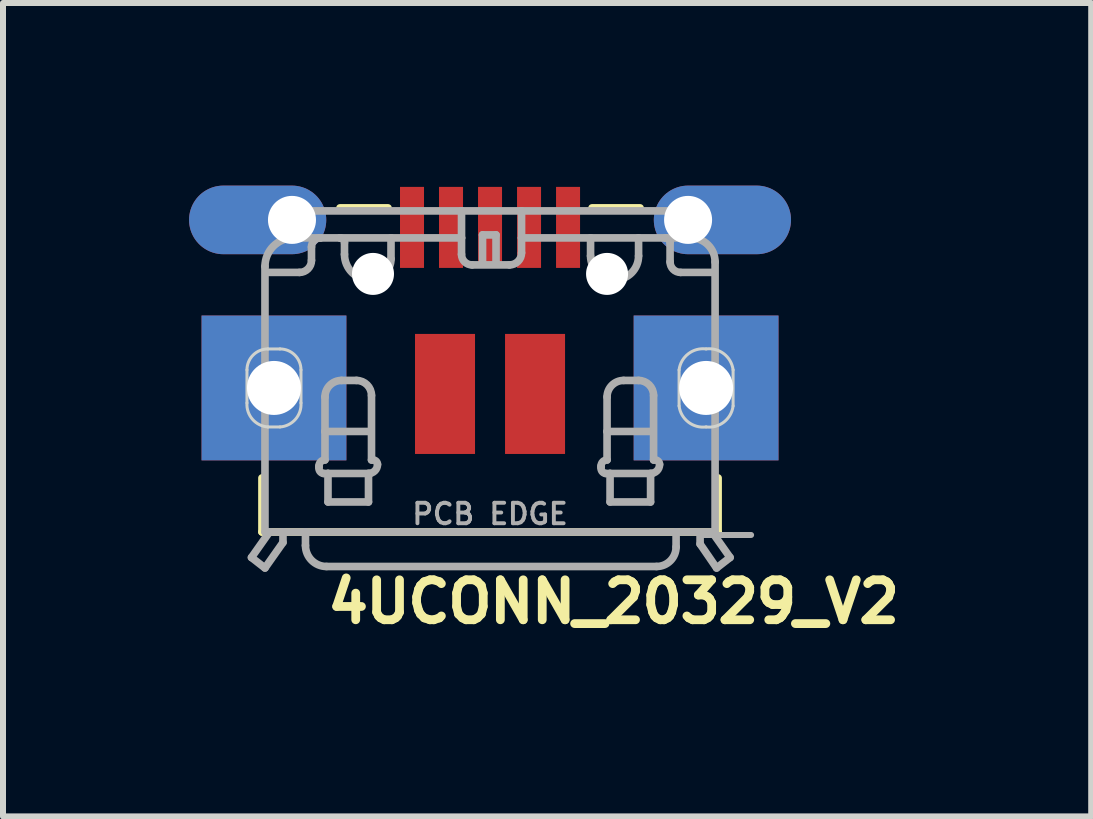
<source format=kicad_pcb>
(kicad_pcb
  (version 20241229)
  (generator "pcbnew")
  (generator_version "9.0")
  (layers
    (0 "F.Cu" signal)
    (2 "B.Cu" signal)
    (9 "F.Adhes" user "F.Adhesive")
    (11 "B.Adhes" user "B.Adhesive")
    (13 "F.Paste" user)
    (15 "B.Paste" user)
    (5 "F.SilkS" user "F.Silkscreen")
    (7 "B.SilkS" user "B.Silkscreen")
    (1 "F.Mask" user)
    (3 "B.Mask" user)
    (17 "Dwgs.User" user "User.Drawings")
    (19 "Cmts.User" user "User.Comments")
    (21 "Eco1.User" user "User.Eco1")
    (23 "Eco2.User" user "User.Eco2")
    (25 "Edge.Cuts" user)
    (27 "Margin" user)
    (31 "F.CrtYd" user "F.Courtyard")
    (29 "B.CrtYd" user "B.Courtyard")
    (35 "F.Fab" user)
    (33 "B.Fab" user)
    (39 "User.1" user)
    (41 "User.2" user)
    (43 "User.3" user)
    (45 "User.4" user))
  (footprint "4UCONN_20329_V2"
    (layer "F.Cu")
    (at 5.115 1.514)
    (property "Reference" "4UCONN_20329_V2" (at -2.778 5.852 0) (unlocked yes) (layer "F.SilkS") (effects (font (size 0.666 0.666) (thickness 0.146)) (justify left bottom)))
    (fp_poly (pts (xy -1.55 -0.05) (xy -1.05 -0.05) (xy -1.05 -1.5) (xy -1.55 -1.5)) (stroke (width 0) (type default)) (fill yes) (layer "F.Mask"))
    (fp_poly (pts (xy -0.9 -0.05) (xy -0.4 -0.05) (xy -0.4 -1.5) (xy -0.9 -1.5)) (stroke (width 0) (type default)) (fill yes) (layer "F.Mask"))
    (fp_poly (pts (xy -0.25 -0.05) (xy 0.25 -0.05) (xy 0.25 -1.5) (xy -0.25 -1.5)) (stroke (width 0) (type default)) (fill yes) (layer "F.Mask"))
    (fp_poly (pts (xy 0.4 -0.05) (xy 0.9 -0.05) (xy 0.9 -1.5) (xy 0.4 -1.5)) (stroke (width 0) (type default)) (fill yes) (layer "F.Mask"))
    (fp_poly (pts (xy 1.05 -0.05) (xy 1.55 -0.05) (xy 1.55 -1.5) (xy 1.05 -1.5)) (stroke (width 0) (type default)) (fill yes) (layer "F.Mask"))
    (fp_line (start -3.8 3.4) (end -3.8 4.3) (stroke (width 0.127) (type solid)) (layer "F.SilkS"))
    (fp_line (start -3.8 4.3) (end 3.8 4.3) (stroke (width 0.127) (type solid)) (layer "F.SilkS"))
    (fp_line (start -2.5 -1.1) (end -1.7 -1.1) (stroke (width 0.127) (type solid)) (layer "F.SilkS"))
    (fp_line (start 1.7 -1.1) (end 2.5 -1.1) (stroke (width 0.127) (type solid)) (layer "F.SilkS"))
    (fp_line (start 3.8 4.3) (end 3.8 3.4) (stroke (width 0.127) (type solid)) (layer "F.SilkS"))
    (fp_poly (pts (xy -4.85 3.15) (xy -2.35 3.15) (xy -2.35 0.65) (xy -4.85 0.65)) (stroke (width 0) (type default)) (fill yes) (layer "F.Paste"))
    (fp_poly (pts (xy -1.45 -0.15) (xy -1.15 -0.15) (xy -1.15 -1.4) (xy -1.45 -1.4)) (stroke (width 0) (type default)) (fill yes) (layer "F.Paste"))
    (fp_poly (pts (xy -0.8 -0.15) (xy -0.5 -0.15) (xy -0.5 -1.4) (xy -0.8 -1.4)) (stroke (width 0) (type default)) (fill yes) (layer "F.Paste"))
    (fp_poly (pts (xy -0.15 -0.15) (xy 0.15 -0.15) (xy 0.15 -1.4) (xy -0.15 -1.4)) (stroke (width 0) (type default)) (fill yes) (layer "F.Paste"))
    (fp_poly (pts (xy 0.5 -0.15) (xy 0.8 -0.15) (xy 0.8 -1.4) (xy 0.5 -1.4)) (stroke (width 0) (type default)) (fill yes) (layer "F.Paste"))
    (fp_poly (pts (xy 1.15 -0.15) (xy 1.45 -0.15) (xy 1.45 -1.4) (xy 1.15 -1.4)) (stroke (width 0) (type default)) (fill yes) (layer "F.Paste"))
    (fp_poly (pts (xy 2.35 3.15) (xy 4.85 3.15) (xy 4.85 0.65) (xy 2.35 0.65)) (stroke (width 0) (type default)) (fill yes) (layer "F.Paste"))
    (fp_poly (pts (xy -3.186 -1.499) (xy -3.03 -1.442) (xy -2.893 -1.346) (xy -2.786 -1.219) (xy -2.715 -1.067) (xy -2.686 -0.9) (xy -2.715 -0.733) (xy -2.786 -0.581) (xy -2.893 -0.454) (xy -3.03 -0.358) (xy -3.186 -0.301) (xy -3.347 -0.286) (xy -4.457 -0.286) (xy -4.767 -0.355) (xy -4.907 -0.454) (xy -5.014 -0.581) (xy -5.085 -0.733) (xy -5.115 -0.904) (xy -5.017 -1.215) (xy -4.907 -1.346) (xy -4.77 -1.442) (xy -4.614 -1.499) (xy -4.453 -1.514) (xy -3.347 -1.514)) (stroke (width 0) (type default)) (fill yes) (layer "F.Paste"))
    (fp_poly (pts (xy 4.614 -1.499) (xy 4.77 -1.442) (xy 4.907 -1.346) (xy 5.014 -1.219) (xy 5.085 -1.067) (xy 5.114 -0.9) (xy 5.085 -0.733) (xy 5.014 -0.581) (xy 4.907 -0.454) (xy 4.77 -0.358) (xy 4.614 -0.301) (xy 4.453 -0.286) (xy 3.343 -0.286) (xy 3.033 -0.355) (xy 2.893 -0.454) (xy 2.786 -0.581) (xy 2.715 -0.733) (xy 2.685 -0.904) (xy 2.783 -1.215) (xy 2.893 -1.346) (xy 3.03 -1.442) (xy 3.186 -1.499) (xy 3.347 -1.514) (xy 4.453 -1.514)) (stroke (width 0) (type default)) (fill yes) (layer "F.Paste"))
    (fp_line (start -4.05 2.15) (end -4.05 1.6) (stroke (width 0.05) (type solid)) (layer "Edge.Cuts"))
    (fp_line (start -3.7 1.25) (end -3.5 1.25) (stroke (width 0.05) (type solid)) (layer "Edge.Cuts"))
    (fp_line (start -3.5 2.55) (end -3.7 2.55) (stroke (width 0.05) (type solid)) (layer "Edge.Cuts"))
    (fp_line (start -3.15 1.6) (end -3.15 2.15) (stroke (width 0.05) (type solid)) (layer "Edge.Cuts"))
    (fp_line (start 3.15 2.2) (end 3.15 1.6) (stroke (width 0.05) (type solid)) (layer "Edge.Cuts"))
    (fp_line (start 4.05 1.6) (end 4.05 2.2) (stroke (width 0.05) (type solid)) (layer "Edge.Cuts"))
    (fp_arc (start -4.05 1.6) (mid -3.947487 1.352513) (end -3.7 1.25) (stroke (width 0.05) (type solid)) (layer "Edge.Cuts"))
    (fp_arc (start -3.7 2.55) (mid -3.957843 2.422487) (end -4.05 2.15) (stroke (width 0.05) (type solid)) (layer "Edge.Cuts"))
    (fp_arc (start -3.5 1.25) (mid -3.252513 1.352513) (end -3.15 1.6) (stroke (width 0.05) (type solid)) (layer "Edge.Cuts"))
    (fp_arc (start -3.15 2.15) (mid -3.242157 2.422487) (end -3.5 2.55) (stroke (width 0.05) (type solid)) (layer "Edge.Cuts"))
    (fp_arc (start 3.15 1.6) (mid 3.302513 1.331802) (end 3.6 1.25) (stroke (width 0.05) (type solid)) (layer "Edge.Cuts"))
    (fp_arc (start 3.6 1.25) (mid 3.897487 1.331802) (end 4.05 1.6) (stroke (width 0.05) (type solid)) (layer "Edge.Cuts"))
    (fp_arc (start 3.6 2.55) (mid 3.302513 2.468198) (end 3.15 2.2) (stroke (width 0.05) (type solid)) (layer "Edge.Cuts"))
    (fp_arc (start 4.05 2.2) (mid 3.897487 2.468198) (end 3.6 2.55) (stroke (width 0.05) (type solid)) (layer "Edge.Cuts"))
    (fp_line (start -3.975 4.725) (end -3.75 4.9) (stroke (width 0.127) (type solid)) (layer "F.Fab"))
    (fp_line (start -3.975 4.725) (end -3.675 4.3) (stroke (width 0.127) (type solid)) (layer "F.Fab"))
    (fp_line (start -3.75 -0.125) (end -3.75 4.3) (stroke (width 0.127) (type solid)) (layer "F.Fab"))
    (fp_line (start -3.75 4.3) (end -3.675 4.3) (stroke (width 0.127) (type solid)) (layer "F.Fab"))
    (fp_line (start -3.75 4.9) (end -3.45 4.475) (stroke (width 0.127) (type solid)) (layer "F.Fab"))
    (fp_line (start -3.725 -0.025) (end -3.175 -0.025) (stroke (width 0.127) (type solid)) (layer "F.Fab"))
    (fp_line (start -3.675 4.3) (end -3.45 4.3) (stroke (width 0.127) (type solid)) (layer "F.Fab"))
    (fp_line (start -3.575 -1.05) (end -0.475 -1.05) (stroke (width 0.127) (type solid)) (layer "F.Fab"))
    (fp_line (start -3.575 -0.75) (end -3.575 -1.05) (stroke (width 0.127) (type solid)) (layer "F.Fab"))
    (fp_line (start -3.45 4.3) (end -3.075 4.3) (stroke (width 0.127) (type solid)) (layer "F.Fab"))
    (fp_line (start -3.45 4.475) (end -3.45 4.3) (stroke (width 0.127) (type solid)) (layer "F.Fab"))
    (fp_line (start -3.425 -0.75) (end -3.575 -0.75) (stroke (width 0.127) (type solid)) (layer "F.Fab"))
    (fp_line (start -3.425 -0.625) (end -3.425 -0.75) (stroke (width 0.127) (type solid)) (layer "F.Fab"))
    (fp_line (start -3.075 4.3) (end -3.075 4.525) (stroke (width 0.127) (type solid)) (layer "F.Fab"))
    (fp_line (start -3.075 4.3) (end 3.1 4.3) (stroke (width 0.127) (type solid)) (layer "F.Fab"))
    (fp_line (start -2.975 -0.225) (end -2.975 -0.45) (stroke (width 0.127) (type solid)) (layer "F.Fab"))
    (fp_line (start -2.85 3.225) (end -2.85 3.2) (stroke (width 0.127) (type solid)) (layer "F.Fab"))
    (fp_line (start -2.825 -0.6) (end -3.275 -0.6) (stroke (width 0.127) (type solid)) (layer "F.Fab"))
    (fp_line (start -2.825 -0.6) (end -2.5 -0.6) (stroke (width 0.127) (type solid)) (layer "F.Fab"))
    (fp_line (start -2.75 2.625) (end -2.75 2.05) (stroke (width 0.127) (type solid)) (layer "F.Fab"))
    (fp_line (start -2.75 2.625) (end -2 2.625) (stroke (width 0.127) (type solid)) (layer "F.Fab"))
    (fp_line (start -2.75 3.1) (end -2.75 2.625) (stroke (width 0.127) (type solid)) (layer "F.Fab"))
    (fp_line (start -2.725 4.875) (end 2.775 4.875) (stroke (width 0.127) (type solid)) (layer "F.Fab"))
    (fp_line (start -2.7 3.325) (end -2.775 3.325) (stroke (width 0.127) (type solid)) (layer "F.Fab"))
    (fp_line (start -2.7 3.325) (end -2 3.325) (stroke (width 0.127) (type solid)) (layer "F.Fab"))
    (fp_line (start -2.7 3.8) (end -2.7 3.325) (stroke (width 0.127) (type solid)) (layer "F.Fab"))
    (fp_line (start -2.475 1.775) (end -2.225 1.775) (stroke (width 0.127) (type solid)) (layer "F.Fab"))
    (fp_line (start -2.425 -0.525) (end -2.425 -0.325) (stroke (width 0.127) (type solid)) (layer "F.Fab"))
    (fp_line (start -2.025 3.325) (end -2.025 3.8) (stroke (width 0.127) (type solid)) (layer "F.Fab"))
    (fp_line (start -2.025 3.8) (end -2.7 3.8) (stroke (width 0.127) (type solid)) (layer "F.Fab"))
    (fp_line (start -1.975 2.025) (end -1.975 3.1) (stroke (width 0.127) (type solid)) (layer "F.Fab"))
    (fp_line (start -1.975 3.1) (end -1.95 3.1) (stroke (width 0.127) (type solid)) (layer "F.Fab"))
    (fp_line (start -1.65 -0.6) (end -2.5 -0.6) (stroke (width 0.127) (type solid)) (layer "F.Fab"))
    (fp_line (start -1.65 -0.25) (end -1.65 -0.6) (stroke (width 0.127) (type solid)) (layer "F.Fab"))
    (fp_line (start -0.475 -1.05) (end 0.525 -1.05) (stroke (width 0.127) (type solid)) (layer "F.Fab"))
    (fp_line (start -0.475 -0.6) (end -1.65 -0.6) (stroke (width 0.127) (type solid)) (layer "F.Fab"))
    (fp_line (start -0.475 -0.6) (end -0.475 -1.05) (stroke (width 0.127) (type solid)) (layer "F.Fab"))
    (fp_line (start -0.475 -0.325) (end -0.475 -0.6) (stroke (width 0.127) (type solid)) (layer "F.Fab"))
    (fp_line (start -0.125 -0.65) (end 0.1 -0.65) (stroke (width 0.127) (type solid)) (layer "F.Fab"))
    (fp_line (start -0.125 -0.175) (end -0.125 -0.65) (stroke (width 0.127) (type solid)) (layer "F.Fab"))
    (fp_line (start 0.1 -0.65) (end 0.1 -0.175) (stroke (width 0.127) (type solid)) (layer "F.Fab"))
    (fp_line (start 0.325 -0.15) (end -0.3 -0.15) (stroke (width 0.127) (type solid)) (layer "F.Fab"))
    (fp_line (start 0.525 -1.05) (end 0.525 -0.6) (stroke (width 0.127) (type solid)) (layer "F.Fab"))
    (fp_line (start 0.525 -1.05) (end 3.6 -1.05) (stroke (width 0.127) (type solid)) (layer "F.Fab"))
    (fp_line (start 0.525 -0.6) (end 0.525 -0.35) (stroke (width 0.127) (type solid)) (layer "F.Fab"))
    (fp_line (start 1.675 -0.6) (end 0.525 -0.6) (stroke (width 0.127) (type solid)) (layer "F.Fab"))
    (fp_line (start 1.675 -0.6) (end 1.675 -0.3) (stroke (width 0.127) (type solid)) (layer "F.Fab"))
    (fp_line (start 1.85 3.225) (end 1.85 3.2) (stroke (width 0.127) (type solid)) (layer "F.Fab"))
    (fp_line (start 1.95 2.625) (end 1.95 2.05) (stroke (width 0.127) (type solid)) (layer "F.Fab"))
    (fp_line (start 1.95 2.625) (end 2.7 2.625) (stroke (width 0.127) (type solid)) (layer "F.Fab"))
    (fp_line (start 1.95 3.1) (end 1.95 2.625) (stroke (width 0.127) (type solid)) (layer "F.Fab"))
    (fp_line (start 2 3.325) (end 1.925 3.325) (stroke (width 0.127) (type solid)) (layer "F.Fab"))
    (fp_line (start 2 3.325) (end 2.7 3.325) (stroke (width 0.127) (type solid)) (layer "F.Fab"))
    (fp_line (start 2 3.8) (end 2 3.325) (stroke (width 0.127) (type solid)) (layer "F.Fab"))
    (fp_line (start 2.225 1.775) (end 2.475 1.775) (stroke (width 0.127) (type solid)) (layer "F.Fab"))
    (fp_line (start 2.475 -0.6) (end 1.675 -0.6) (stroke (width 0.127) (type solid)) (layer "F.Fab"))
    (fp_line (start 2.475 -0.6) (end 2.925 -0.6) (stroke (width 0.127) (type solid)) (layer "F.Fab"))
    (fp_line (start 2.475 -0.3) (end 2.475 -0.6) (stroke (width 0.127) (type solid)) (layer "F.Fab"))
    (fp_line (start 2.675 3.325) (end 2.675 3.8) (stroke (width 0.127) (type solid)) (layer "F.Fab"))
    (fp_line (start 2.675 3.8) (end 2 3.8) (stroke (width 0.127) (type solid)) (layer "F.Fab"))
    (fp_line (start 2.725 2.025) (end 2.725 3.1) (stroke (width 0.127) (type solid)) (layer "F.Fab"))
    (fp_line (start 2.725 3.1) (end 2.75 3.1) (stroke (width 0.127) (type solid)) (layer "F.Fab"))
    (fp_line (start 3 -0.525) (end 3 -0.2) (stroke (width 0.127) (type solid)) (layer "F.Fab"))
    (fp_line (start 3.1 4.3) (end 3.7 4.3) (stroke (width 0.127) (type solid)) (layer "F.Fab"))
    (fp_line (start 3.1 4.55) (end 3.1 4.3) (stroke (width 0.127) (type solid)) (layer "F.Fab"))
    (fp_line (start 3.175 -0.025) (end 3.725 -0.025) (stroke (width 0.127) (type solid)) (layer "F.Fab"))
    (fp_line (start 3.35 -0.775) (end 3.35 -0.6) (stroke (width 0.127) (type solid)) (layer "F.Fab"))
    (fp_line (start 3.35 -0.6) (end 2.925 -0.6) (stroke (width 0.127) (type solid)) (layer "F.Fab"))
    (fp_line (start 3.5 4.35) (end 4.35 4.35) (stroke (width 0.1) (type solid)) (layer "F.Fab"))
    (fp_line (start 3.5 4.5) (end 3.5 4.35) (stroke (width 0.127) (type solid)) (layer "F.Fab"))
    (fp_line (start 3.6 -1.05) (end 3.6 -0.775) (stroke (width 0.127) (type solid)) (layer "F.Fab"))
    (fp_line (start 3.6 -0.775) (end 3.35 -0.775) (stroke (width 0.127) (type solid)) (layer "F.Fab"))
    (fp_line (start 3.7 4.3) (end 3.75 4.3) (stroke (width 0.127) (type solid)) (layer "F.Fab"))
    (fp_line (start 3.7 4.3) (end 4 4.725) (stroke (width 0.127) (type solid)) (layer "F.Fab"))
    (fp_line (start 3.75 4.3) (end 3.75 -0.2) (stroke (width 0.127) (type solid)) (layer "F.Fab"))
    (fp_line (start 3.775 4.9) (end 3.5 4.5) (stroke (width 0.127) (type solid)) (layer "F.Fab"))
    (fp_line (start 4 4.725) (end 3.775 4.9) (stroke (width 0.127) (type solid)) (layer "F.Fab"))
    (fp_arc (start -3.750001 -0.124999) (mid -3.610876 -0.460875) (end -3.275 -0.6) (stroke (width 0.127) (type solid)) (layer "F.Fab"))
    (fp_arc (start -2.975 -0.45) (mid -2.931066 -0.556066) (end -2.825 -0.6) (stroke (width 0.127) (type solid)) (layer "F.Fab"))
    (fp_arc (start -2.975 -0.225) (mid -3.033579 -0.083579) (end -3.175 -0.025) (stroke (width 0.127) (type solid)) (layer "F.Fab"))
    (fp_arc (start -2.85 3.2) (mid -2.820711 3.129289) (end -2.75 3.1) (stroke (width 0.127) (type solid)) (layer "F.Fab"))
    (fp_arc (start -2.775 3.325) (mid -2.833211 3.290533) (end -2.85 3.225) (stroke (width 0.127) (type solid)) (layer "F.Fab"))
    (fp_arc (start -2.75 2.05) (mid -2.669454 1.855546) (end -2.475 1.775) (stroke (width 0.127) (type solid)) (layer "F.Fab"))
    (fp_arc (start -2.725 4.875) (mid -2.972487 4.772487) (end -3.075 4.525) (stroke (width 0.127) (type solid)) (layer "F.Fab"))
    (fp_arc (start -2.5 -0.6) (mid -2.446967 -0.578033) (end -2.425 -0.525) (stroke (width 0.127) (type solid)) (layer "F.Fab"))
    (fp_arc (start -2.225 1.775) (mid -2.048223 1.848223) (end -1.975 2.025) (stroke (width 0.127) (type solid)) (layer "F.Fab"))
    (fp_arc (start -2 0.1) (mid -2.30052 -0.02448) (end -2.425 -0.325) (stroke (width 0.127) (type solid)) (layer "F.Fab"))
    (fp_arc (start -1.95 3.1) (mid -1.896967 3.121967) (end -1.875 3.175) (stroke (width 0.127) (type solid)) (layer "F.Fab"))
    (fp_arc (start -1.875 3.175) (mid -1.918934 3.281066) (end -2.025 3.325) (stroke (width 0.127) (type solid)) (layer "F.Fab"))
    (fp_arc (start -1.65 -0.25) (mid -1.752513 -0.002513) (end -2 0.1) (stroke (width 0.127) (type solid)) (layer "F.Fab"))
    (fp_arc (start -0.3 -0.15) (mid -0.423744 -0.201256) (end -0.475 -0.325) (stroke (width 0.127) (type solid)) (layer "F.Fab"))
    (fp_arc (start 0.525 -0.35) (mid 0.466421 -0.208579) (end 0.325 -0.15) (stroke (width 0.127) (type solid)) (layer "F.Fab"))
    (fp_arc (start 1.85 3.2) (mid 1.879289 3.129289) (end 1.95 3.1) (stroke (width 0.127) (type solid)) (layer "F.Fab"))
    (fp_arc (start 1.925 3.325) (mid 1.866789 3.290533) (end 1.85 3.225) (stroke (width 0.127) (type solid)) (layer "F.Fab"))
    (fp_arc (start 1.95 2.05) (mid 2.030546 1.855546) (end 2.225 1.775) (stroke (width 0.127) (type solid)) (layer "F.Fab"))
    (fp_arc (start 2.075 0.1) (mid 1.792157 -0.017157) (end 1.675 -0.3) (stroke (width 0.127) (type solid)) (layer "F.Fab"))
    (fp_arc (start 2.475 -0.3) (mid 2.357843 -0.017157) (end 2.075 0.1) (stroke (width 0.127) (type solid)) (layer "F.Fab"))
    (fp_arc (start 2.475 1.775) (mid 2.651777 1.848223) (end 2.725 2.025) (stroke (width 0.127) (type solid)) (layer "F.Fab"))
    (fp_arc (start 2.75 3.1) (mid 2.803033 3.121967) (end 2.825 3.175) (stroke (width 0.127) (type solid)) (layer "F.Fab"))
    (fp_arc (start 2.825 3.175) (mid 2.781066 3.281066) (end 2.675 3.325) (stroke (width 0.127) (type solid)) (layer "F.Fab"))
    (fp_arc (start 2.925 -0.6) (mid 2.978033 -0.578033) (end 3 -0.525) (stroke (width 0.127) (type solid)) (layer "F.Fab"))
    (fp_arc (start 3.1 4.55) (mid 3.00481 4.77981) (end 2.775 4.875) (stroke (width 0.127) (type solid)) (layer "F.Fab"))
    (fp_arc (start 3.175 -0.025) (mid 3.051256 -0.076256) (end 3 -0.2) (stroke (width 0.127) (type solid)) (layer "F.Fab"))
    (fp_arc (start 3.349999 -0.599999) (mid 3.632842 -0.482842) (end 3.75 -0.2) (stroke (width 0.127) (type solid)) (layer "F.Fab"))
    (fp_text user "PCB EDGE" (at 0 4 0) (unlocked yes) (layer "F.Fab") (effects (font (size 0.341 0.341) (thickness 0.065))))
    (pad "" np_thru_hole circle (at -1.95 0) (size 0.7 0.7) (drill 0.7) (layers "*.Cu" "*.Mask"))
    (pad "" np_thru_hole circle (at 1.95 0) (size 0.7 0.7) (drill 0.7) (layers "*.Cu" "*.Mask"))
    (pad "BASE@1" smd rect (at -0.75 2 90) (size 2 1) (layers "F.Cu" "F.Mask" "F.Paste"))
    (pad "BASE@2" smd rect (at 0.75 2 90) (size 2 1) (layers "F.Cu" "F.Mask" "F.Paste"))
    (pad "D+" smd rect (at 0 -0.775) (size 0.4 1.35) (layers "F.Cu"))
    (pad "D-" smd rect (at -0.65 -0.775) (size 0.4 1.35) (layers "F.Cu"))
    (pad "GND" smd rect (at 1.3 -0.775) (size 0.4 1.35) (layers "F.Cu"))
    (pad "ID" smd rect (at 0.65 -0.775) (size 0.4 1.35) (layers "F.Cu"))
    (pad "SPRT@1" thru_hole oval (at -3.3 -0.9 180) (size 2.286 1.143) (drill 0.8 (offset 0.572 0)) (layers "*.Cu" "*.Mask"))
    (pad "SPRT@2" thru_hole oval (at 3.3 -0.9) (size 2.286 1.143) (drill 0.8 (offset 0.572 0)) (layers "*.Cu" "*.Mask"))
    (pad "SPRT@3" thru_hole rect (at -3.6 1.9 90) (size 2.413 2.413) (drill 0.9) (layers "*.Cu" "*.Mask"))
    (pad "SPRT@4" thru_hole rect (at 3.6 1.9 90) (size 2.413 2.413) (drill 0.9) (layers "*.Cu" "*.Mask"))
    (pad "VBUS" smd rect (at -1.3 -0.775) (size 0.4 1.35) (layers "F.Cu")))
  (gr_rect
    (start -3 -3)
    (end 15.132 10.553)
    (stroke (width 0.1) (type default))
    (fill no)
    (layer "Edge.Cuts")))
</source>
